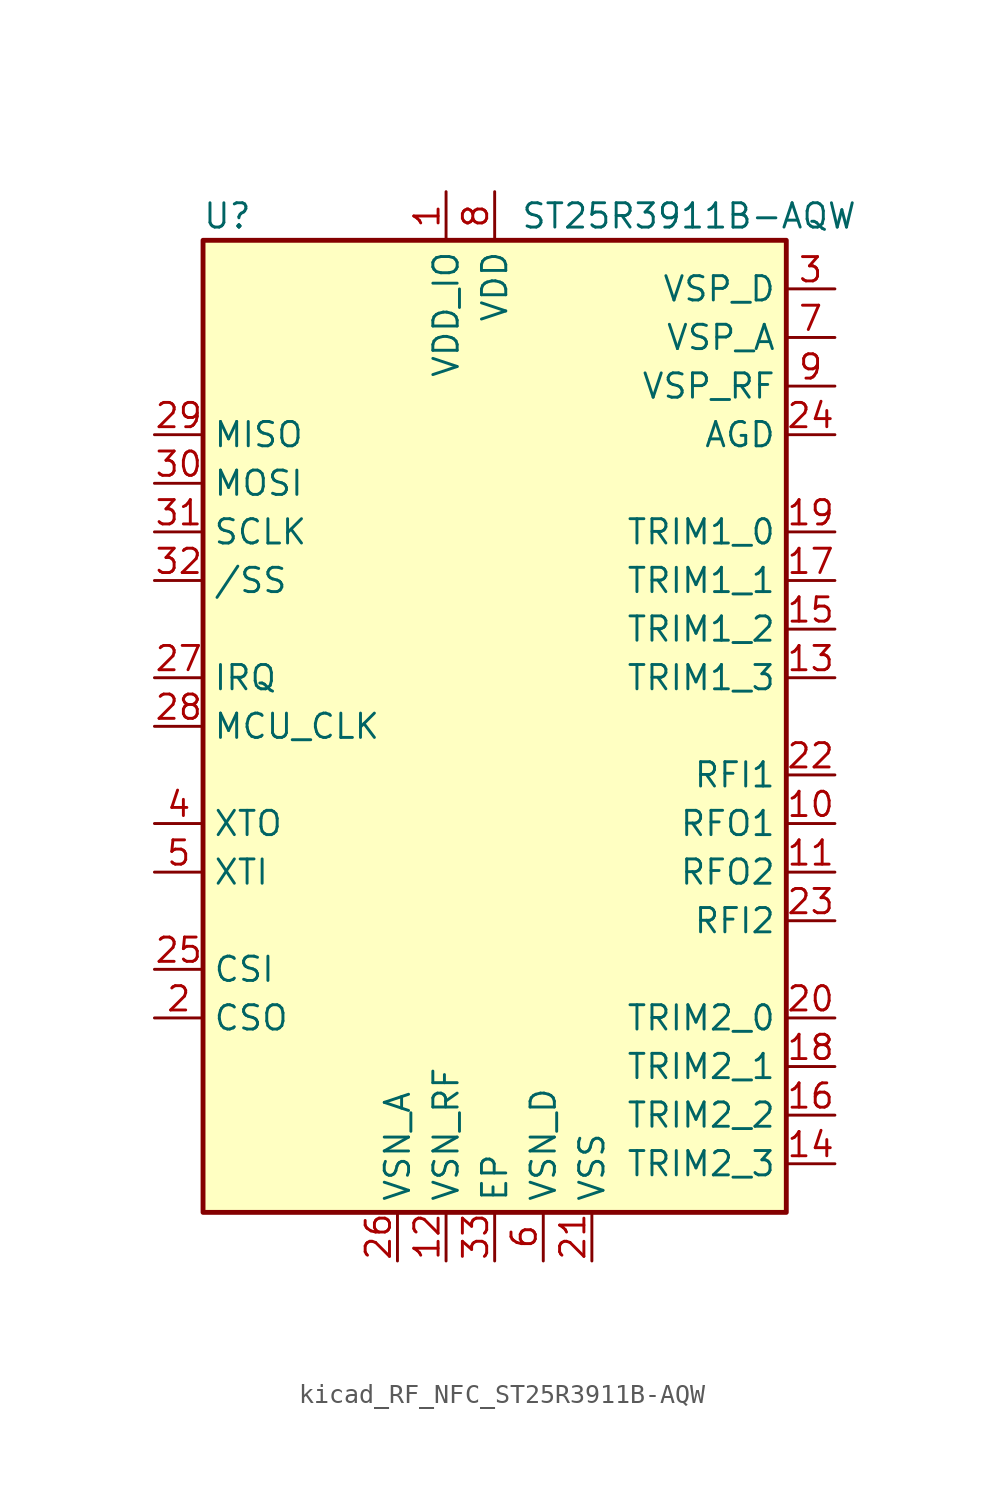
<source format=kicad_sym>
(kicad_symbol_lib
  (version 20220914)
  (generator kicad_symbol_editor)
  (symbol "kicad_RF_NFC_ST25R3911B-AQW"
    (property "Reference" "U"
      (at -13.97 26.67 0)
      (effects (font (size 1.27 1.27))))
    (property "Value" "ST25R3911B-AQW"
      (at 10.16 26.67 0)
      (effects (font (size 1.27 1.27))))
    (symbol "kicad_RF_NFC_ST25R3911B-AQW_0_1"
      (rectangle (start -15.24 25.4) (end 15.24 -25.4) (stroke (width 0.254) (type default)) (fill (type background))))
    (symbol "kicad_RF_NFC_ST25R3911B-AQW_1_1"
      (pin power_in line (at -2.54 27.94 270) (length 2.54) (name "VDD_IO" (effects (font (size 1.27 1.27)))) (number "1" (effects (font (size 1.27 1.27)))))
      (pin output line (at 17.78 -5.08 180) (length 2.54) (name "RFO1" (effects (font (size 1.27 1.27)))) (number "10" (effects (font (size 1.27 1.27)))))
      (pin output line (at 17.78 -7.62 180) (length 2.54) (name "RFO2" (effects (font (size 1.27 1.27)))) (number "11" (effects (font (size 1.27 1.27)))))
      (pin power_in line (at -2.54 -27.94 90) (length 2.54) (name "VSN_RF" (effects (font (size 1.27 1.27)))) (number "12" (effects (font (size 1.27 1.27)))))
      (pin passive line (at 17.78 2.54 180) (length 2.54) (name "TRIM1_3" (effects (font (size 1.27 1.27)))) (number "13" (effects (font (size 1.27 1.27)))))
      (pin passive line (at 17.78 -22.86 180) (length 2.54) (name "TRIM2_3" (effects (font (size 1.27 1.27)))) (number "14" (effects (font (size 1.27 1.27)))))
      (pin passive line (at 17.78 5.08 180) (length 2.54) (name "TRIM1_2" (effects (font (size 1.27 1.27)))) (number "15" (effects (font (size 1.27 1.27)))))
      (pin passive line (at 17.78 -20.32 180) (length 2.54) (name "TRIM2_2" (effects (font (size 1.27 1.27)))) (number "16" (effects (font (size 1.27 1.27)))))
      (pin passive line (at 17.78 7.62 180) (length 2.54) (name "TRIM1_1" (effects (font (size 1.27 1.27)))) (number "17" (effects (font (size 1.27 1.27)))))
      (pin passive line (at 17.78 -17.78 180) (length 2.54) (name "TRIM2_1" (effects (font (size 1.27 1.27)))) (number "18" (effects (font (size 1.27 1.27)))))
      (pin passive line (at 17.78 10.16 180) (length 2.54) (name "TRIM1_0" (effects (font (size 1.27 1.27)))) (number "19" (effects (font (size 1.27 1.27)))))
      (pin output line (at -17.78 -15.24 0) (length 2.54) (name "CSO" (effects (font (size 1.27 1.27)))) (number "2" (effects (font (size 1.27 1.27)))))
      (pin passive line (at 17.78 -15.24 180) (length 2.54) (name "TRIM2_0" (effects (font (size 1.27 1.27)))) (number "20" (effects (font (size 1.27 1.27)))))
      (pin power_in line (at 5.08 -27.94 90) (length 2.54) (name "VSS" (effects (font (size 1.27 1.27)))) (number "21" (effects (font (size 1.27 1.27)))))
      (pin passive line (at 17.78 -2.54 180) (length 2.54) (name "RFI1" (effects (font (size 1.27 1.27)))) (number "22" (effects (font (size 1.27 1.27)))))
      (pin passive line (at 17.78 -10.16 180) (length 2.54) (name "RFI2" (effects (font (size 1.27 1.27)))) (number "23" (effects (font (size 1.27 1.27)))))
      (pin passive line (at 17.78 15.24 180) (length 2.54) (name "AGD" (effects (font (size 1.27 1.27)))) (number "24" (effects (font (size 1.27 1.27)))))
      (pin passive line (at -17.78 -12.7 0) (length 2.54) (name "CSI" (effects (font (size 1.27 1.27)))) (number "25" (effects (font (size 1.27 1.27)))))
      (pin power_in line (at -5.08 -27.94 90) (length 2.54) (name "VSN_A" (effects (font (size 1.27 1.27)))) (number "26" (effects (font (size 1.27 1.27)))))
      (pin output line (at -17.78 2.54 0) (length 2.54) (name "IRQ" (effects (font (size 1.27 1.27)))) (number "27" (effects (font (size 1.27 1.27)))))
      (pin output line (at -17.78 0 0) (length 2.54) (name "MCU_CLK" (effects (font (size 1.27 1.27)))) (number "28" (effects (font (size 1.27 1.27)))))
      (pin output line (at -17.78 15.24 0) (length 2.54) (name "MISO" (effects (font (size 1.27 1.27)))) (number "29" (effects (font (size 1.27 1.27)))))
      (pin power_out line (at 17.78 22.86 180) (length 2.54) (name "VSP_D" (effects (font (size 1.27 1.27)))) (number "3" (effects (font (size 1.27 1.27)))))
      (pin input line (at -17.78 12.7 0) (length 2.54) (name "MOSI" (effects (font (size 1.27 1.27)))) (number "30" (effects (font (size 1.27 1.27)))))
      (pin input line (at -17.78 10.16 0) (length 2.54) (name "SCLK" (effects (font (size 1.27 1.27)))) (number "31" (effects (font (size 1.27 1.27)))))
      (pin input line (at -17.78 7.62 0) (length 2.54) (name "/SS" (effects (font (size 1.27 1.27)))) (number "32" (effects (font (size 1.27 1.27)))))
      (pin power_in line (at 0 -27.94 90) (length 2.54) (name "EP" (effects (font (size 1.27 1.27)))) (number "33" (effects (font (size 1.27 1.27)))))
      (pin output line (at -17.78 -5.08 0) (length 2.54) (name "XTO" (effects (font (size 1.27 1.27)))) (number "4" (effects (font (size 1.27 1.27)))))
      (pin passive line (at -17.78 -7.62 0) (length 2.54) (name "XTI" (effects (font (size 1.27 1.27)))) (number "5" (effects (font (size 1.27 1.27)))))
      (pin power_in line (at 2.54 -27.94 90) (length 2.54) (name "VSN_D" (effects (font (size 1.27 1.27)))) (number "6" (effects (font (size 1.27 1.27)))))
      (pin power_out line (at 17.78 20.32 180) (length 2.54) (name "VSP_A" (effects (font (size 1.27 1.27)))) (number "7" (effects (font (size 1.27 1.27)))))
      (pin power_in line (at 0 27.94 270) (length 2.54) (name "VDD" (effects (font (size 1.27 1.27)))) (number "8" (effects (font (size 1.27 1.27)))))
      (pin power_out line (at 17.78 17.78 180) (length 2.54) (name "VSP_RF" (effects (font (size 1.27 1.27)))) (number "9" (effects (font (size 1.27 1.27))))))))
</source>
